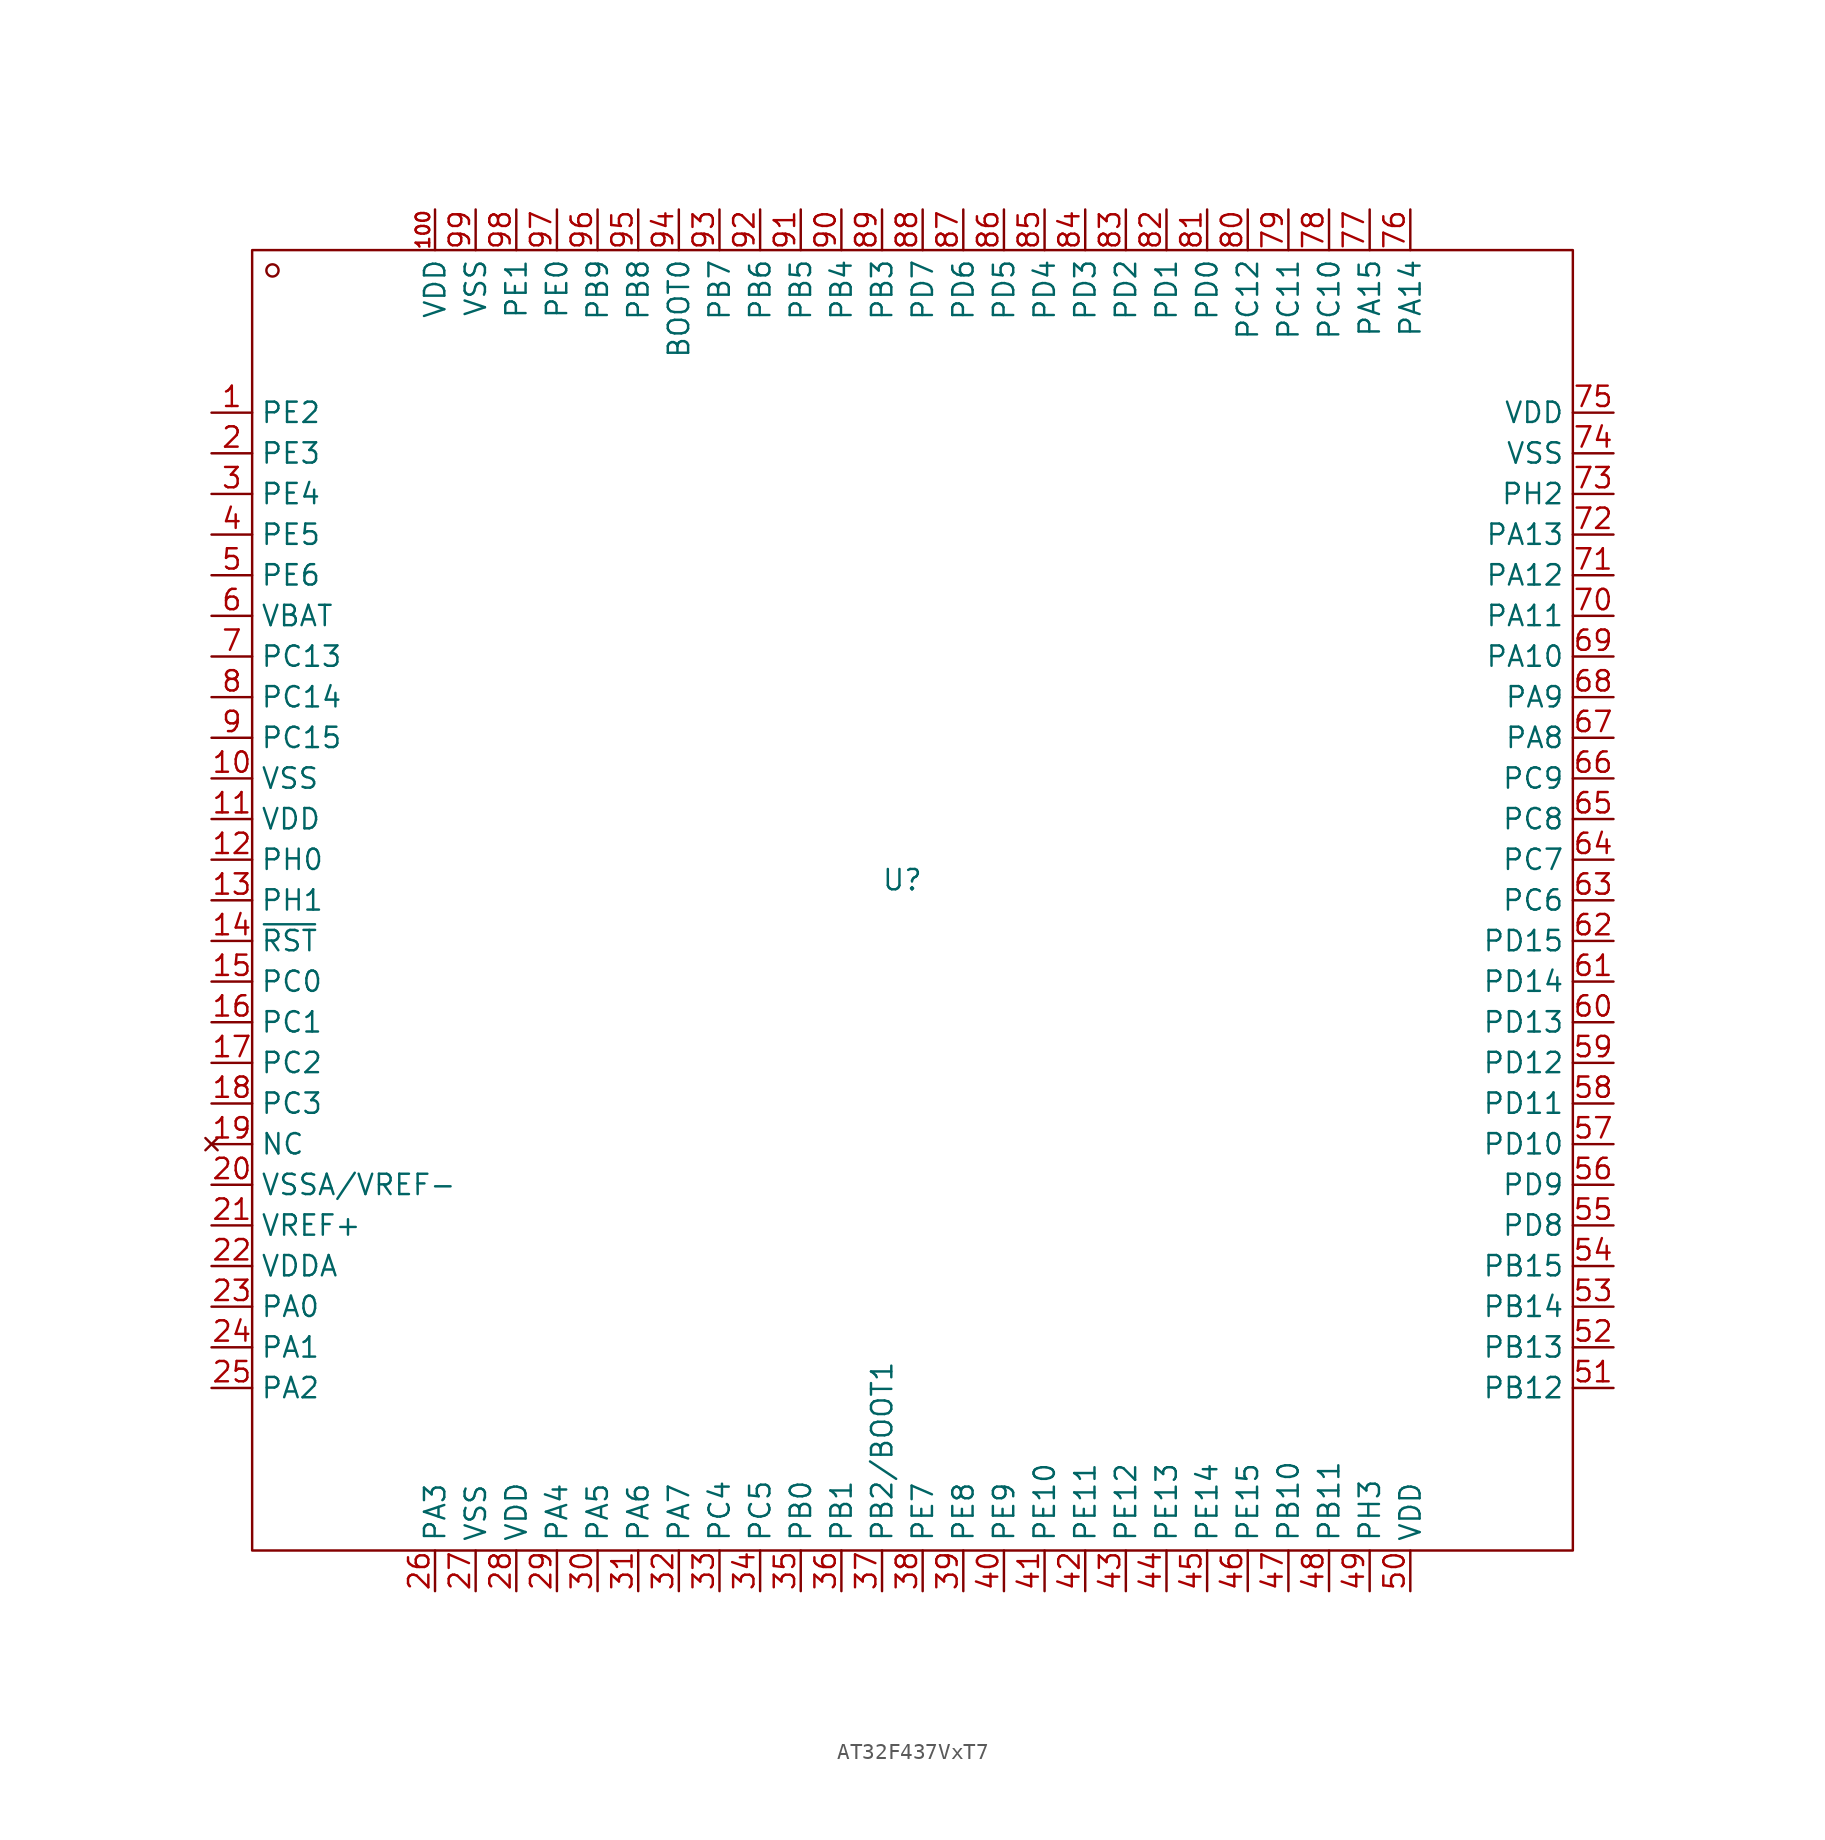
<source format=kicad_sym>
(kicad_symbol_lib
  (version 20231120)
  (generator "kicad_symbol_editor")
  (generator_version "8.0")
  (symbol "AT32F437VxT7"
    (property "Reference" "U"
      (at 0 0 0)
      (effects (font (size 1.27 1.27))))
    (property "Value" ""
      (at 0 0 0)
      (effects (font (size 1.27 1.27))))
    (symbol "AT32F437VxT7_1_0"
      (rectangle (start -40.64 39.37) (end 41.91 -41.91) (stroke (width 0) (type default)) (fill (type none)))
      (circle (center -39.37 38.1) (radius 0.381) (stroke (width 0) (type default)) (fill (type none)))
      (pin tri_state line (at -43.18 29.21 0) (length 2.54) (name "PE2" (effects (font (size 1.27 1.27)))) (number "1" (effects (font (size 1.27 1.27)))) (alternate "EMAC_MII_TXD3" output line) (alternate "EVENTOUT" output line) (alternate "I2S4_CK" output line) (alternate "QSPI1_IO2" bidirectional line) (alternate "SPI4_SCK" output line) (alternate "TMR20_CH1" bidirectional line) (alternate "TMR3_EXT" input line) (alternate "XMC_A23" output line) (alternate "XMC_SDNCAS" output line))
      (pin power_in line (at -43.18 6.35 0) (length 2.54) (name "VSS" (effects (font (size 1.27 1.27)))) (number "10" (effects (font (size 1.27 1.27)))))
      (pin power_in line (at -29.21 41.91 270) (length 2.54) (name "VDD" (effects (font (size 1.27 1.27)))) (number "100" (effects (font (size 0.847 0.847)))))
      (pin power_in line (at -43.18 3.81 0) (length 2.54) (name "VDD" (effects (font (size 1.27 1.27)))) (number "11" (effects (font (size 1.27 1.27)))))
      (pin tri_state line (at -43.18 1.27 0) (length 2.54) (name "PH0" (effects (font (size 1.27 1.27)))) (number "12" (effects (font (size 1.27 1.27)))) (alternate "EVENTOUT" output line) (alternate "HEXT_IN" passive line))
      (pin tri_state line (at -43.18 -1.27 0) (length 2.54) (name "PH1" (effects (font (size 1.27 1.27)))) (number "13" (effects (font (size 1.27 1.27)))) (alternate "EVENTOUT" output line) (alternate "HEXT_OUT" passive line))
      (pin input line (at -43.18 -3.81 0) (length 2.54) (name "~{RST}" (effects (font (size 1.27 1.27)))) (number "14" (effects (font (size 1.27 1.27)))))
      (pin tri_state line (at -43.18 -6.35 0) (length 2.54) (name "PC0" (effects (font (size 1.27 1.27)))) (number "15" (effects (font (size 1.27 1.27)))) (alternate "EVENTOUT" output line) (alternate "I2C3_SCL" output line) (alternate "SDIO2_D0" bidirectional line) (alternate "UART7_TX" output line) (alternate "XMC_SDNWE" output line))
      (pin tri_state line (at -43.18 -8.89 0) (length 2.54) (name "PC1" (effects (font (size 1.27 1.27)))) (number "16" (effects (font (size 1.27 1.27)))) (alternate "EMAC_MDC" output line) (alternate "EVENTOUT" output line) (alternate "I2C3_SDA" bidirectional line) (alternate "I2S2_SD" bidirectional line) (alternate "I2S3_SD" bidirectional line) (alternate "SDIO2_D1" bidirectional line) (alternate "SPI2_MOSI" output line) (alternate "SPI3_MOSI" output line) (alternate "UART7_RX" input line))
      (pin tri_state line (at -43.18 -11.43 0) (length 2.54) (name "PC2" (effects (font (size 1.27 1.27)))) (number "17" (effects (font (size 1.27 1.27)))) (alternate "EMAC_MII_TXD2" output line) (alternate "EVENTOUT" output line) (alternate "I2S2_SDEXT" output line) (alternate "SDIO2_D2" bidirectional line) (alternate "SPI2_MISO" input line) (alternate "TMR20_CH2" bidirectional line) (alternate "UART8_TX" output line) (alternate "XMC_NWE" output line) (alternate "XMC_SDCS0" output line))
      (pin tri_state line (at -43.18 -13.97 0) (length 2.54) (name "PC3" (effects (font (size 1.27 1.27)))) (number "18" (effects (font (size 1.27 1.27)))) (alternate "EMAC_MII_TX_C LK" output line) (alternate "EVENTOUT" output line) (alternate "I2S2_SD" output line) (alternate "QSPI2_IO1" bidirectional line) (alternate "SDIO2_D3" bidirectional line) (alternate "SPI2_MOSI" output line) (alternate "UART8_RX" input line) (alternate "XMC_A0" output line) (alternate "XMC_SDCKE0" output line))
      (pin no_connect line (at -43.18 -16.51 0) (length 2.54) (name "NC" (effects (font (size 1.27 1.27)))) (number "19" (effects (font (size 1.27 1.27)))))
      (pin tri_state line (at -43.18 26.67 0) (length 2.54) (name "PE3" (effects (font (size 1.27 1.27)))) (number "2" (effects (font (size 1.27 1.27)))) (alternate "DVP_D9" input line) (alternate "EVENTOUT" output line) (alternate "TMR20_CH2" bidirectional line) (alternate "TMR3_CH1" bidirectional line) (alternate "XMC_A19" output line))
      (pin power_in line (at -43.18 -19.05 0) (length 2.54) (name "VSSA/VREF-" (effects (font (size 1.27 1.27)))) (number "20" (effects (font (size 1.27 1.27)))))
      (pin power_in line (at -43.18 -21.59 0) (length 2.54) (name "VREF+" (effects (font (size 1.27 1.27)))) (number "21" (effects (font (size 1.27 1.27)))))
      (pin power_in line (at -43.18 -24.13 0) (length 2.54) (name "VDDA" (effects (font (size 1.27 1.27)))) (number "22" (effects (font (size 1.27 1.27)))))
      (pin tri_state line (at -43.18 -26.67 0) (length 2.54) (name "PA0" (effects (font (size 1.27 1.27)))) (number "23" (effects (font (size 1.27 1.27)))) (alternate "EMAC_MII_CRS" output line) (alternate "EVENTOUT" output line) (alternate "I2C2_SCL" output line) (alternate "TAMPER2_BPR" output line) (alternate "TMR2_CH1" bidirectional line) (alternate "TMR2_EXT" input line) (alternate "TMR5_CH1" bidirectional line) (alternate "TMR8_EXT" input line) (alternate "UART4_TX" output line) (alternate "USART2_CTS" output line) (alternate "WKUP1" input line))
      (pin tri_state line (at -43.18 -29.21 0) (length 2.54) (name "PA1" (effects (font (size 1.27 1.27)))) (number "24" (effects (font (size 1.27 1.27)))) (alternate "EMAC_MII_RX_CLK" output line) (alternate "EMAC_RMII_REF_CLK" output line) (alternate "EVENTOUT" output line) (alternate "I2C2_SDA" bidirectional line) (alternate "I2S4_SD" bidirectional line) (alternate "QSPI1_IO3" bidirectional line) (alternate "SPI4_MOSI" output line) (alternate "TMR2_CH2" bidirectional line) (alternate "TMR5_CH2" bidirectional line) (alternate "UART4_RX" input line) (alternate "USART2_RTS_DE" input line))
      (pin tri_state line (at -43.18 -31.75 0) (length 2.54) (name "PA2" (effects (font (size 1.27 1.27)))) (number "25" (effects (font (size 1.27 1.27)))) (alternate "EMAC_MDIO" bidirectional line) (alternate "EVENTOUT" output line) (alternate "SDIO2_CK" output line) (alternate "TMR2_CH3" bidirectional line) (alternate "TMR5_CH3" bidirectional line) (alternate "TMR9_CH1" bidirectional line) (alternate "USART2_TX" output line) (alternate "XMC_D4" bidirectional line))
      (pin tri_state line (at -29.21 -44.45 90) (length 2.54) (name "PA3" (effects (font (size 1.27 1.27)))) (number "26" (effects (font (size 1.27 1.27)))) (alternate "EMAC_MII_COL" output line) (alternate "EVENTOUT" output line) (alternate "I2S2_MCK" output line) (alternate "QSPI2_IO3" bidirectional line) (alternate "SDIO2_CMD" output line) (alternate "TMR2_CH4" bidirectional line) (alternate "TMR5_CH4" bidirectional line) (alternate "TMR9_CH2" bidirectional line) (alternate "USART2_RX" input line) (alternate "XMC_D5" bidirectional line))
      (pin power_in line (at -26.67 -44.45 90) (length 2.54) (name "VSS" (effects (font (size 1.27 1.27)))) (number "27" (effects (font (size 1.27 1.27)))))
      (pin power_in line (at -24.13 -44.45 90) (length 2.54) (name "VDD" (effects (font (size 1.27 1.27)))) (number "28" (effects (font (size 1.27 1.27)))))
      (pin tri_state line (at -21.59 -44.45 90) (length 2.54) (name "PA4" (effects (font (size 1.27 1.27)))) (number "29" (effects (font (size 1.27 1.27)))) (alternate "DAC1" output line) (alternate "DVP_HSYNC" input line) (alternate "I2S1_WS" output line) (alternate "I2S3_WS" output line) (alternate "OTG2_SOF" output line) (alternate "SDIO2_D0" bidirectional line) (alternate "SDIO2_D4" bidirectional line) (alternate "SPI1_CS" output line) (alternate "SPI3_CS" output line) (alternate "USART2_CK" output line) (alternate "USART6_TX" output line) (alternate "XMC_D6" bidirectional line))
      (pin tri_state line (at -43.18 24.13 0) (length 2.54) (name "PE4" (effects (font (size 1.27 1.27)))) (number "3" (effects (font (size 1.27 1.27)))) (alternate "CLK_OUT1" output line) (alternate "DVP_D4" input line) (alternate "EVENTOUT" output line) (alternate "I2S4_WS" output line) (alternate "SPI4_CS" output line) (alternate "TMR20_CH1C" output line) (alternate "TMR3_CH2" bidirectional line) (alternate "XMC_A20" output line))
      (pin tri_state line (at -19.05 -44.45 90) (length 2.54) (name "PA5" (effects (font (size 1.27 1.27)))) (number "30" (effects (font (size 1.27 1.27)))) (alternate "DAC2" output line) (alternate "EVENTOUT" output line) (alternate "I2S1_CK" output line) (alternate "QSPI2_IO2" bidirectional line) (alternate "SDIO2_D1" bidirectional line) (alternate "SDIO2_D5" bidirectional line) (alternate "SPI1_SCK" output line) (alternate "TMR2_CH1" bidirectional line) (alternate "TMR2_EXT" input line) (alternate "TMR8_CH1C" output line) (alternate "USART6_RX" input line) (alternate "XMC_D7" bidirectional line))
      (pin tri_state line (at -16.51 -44.45 90) (length 2.54) (name "PA6" (effects (font (size 1.27 1.27)))) (number "31" (effects (font (size 1.27 1.27)))) (alternate "DVP_PIXCLK" output line) (alternate "I2S2_MCK" output line) (alternate "QSPI1_IO0" bidirectional line) (alternate "SDIO1_C MD" output line) (alternate "SDIO2_D2" bidirectional line) (alternate "SDIO2_D6" bidirectional line) (alternate "SPI1_MISO" input line) (alternate "TMR13_CH1" bidirectional line) (alternate "TMR1_BRK" input line) (alternate "TMR3_CH1" bidirectional line) (alternate "TMR8_BRK" input line) (alternate "USART3_CTS" output line))
      (pin tri_state line (at -13.97 -44.45 90) (length 2.54) (name "PA7" (effects (font (size 1.27 1.27)))) (number "32" (effects (font (size 1.27 1.27)))) (alternate "EMAC_MII_RX_DV" input line) (alternate "EVENTOUT" output line) (alternate "I2S1_SD" bidirectional line) (alternate "QSPI1_IO1" bidirectional line) (alternate "SDIO2_D3" bidirectional line) (alternate "SDIO2_D7" bidirectional line) (alternate "SPI1_MOSI" output line) (alternate "TMR14_CH1" bidirectional line) (alternate "TMR1_CH1C" output line) (alternate "TMR3_CH2" bidirectional line) (alternate "TMR8_CH1C" output line) (alternate "XMC_SDNWE" output line))
      (pin tri_state line (at -11.43 -44.45 90) (length 2.54) (name "PC4" (effects (font (size 1.27 1.27)))) (number "33" (effects (font (size 1.27 1.27)))) (alternate "EMAC_MII_RXD0" input line) (alternate "EMAC_RMII_RXD0" input line) (alternate "EVENTOUT" output line) (alternate "I2S1_MCK" output line) (alternate "QSPI1_IO2" bidirectional line) (alternate "SDIO2_CK" output line) (alternate "TMR9_CH 1" bidirectional line) (alternate "USART3_TX" output line) (alternate "XMC_NE4" output line) (alternate "XMC_SDCS0" output line))
      (pin tri_state line (at -8.89 -44.45 90) (length 2.54) (name "PC5" (effects (font (size 1.27 1.27)))) (number "34" (effects (font (size 1.27 1.27)))) (alternate "EMAC_MII_RXD1" input line) (alternate "EMAC_RMII_RXD1" input line) (alternate "EVENTOUT" output line) (alternate "I2C1_SMBA" bidirectional line) (alternate "QSPI1_IO3" input line) (alternate "SDIO2_CMD" output line) (alternate "TMR9_CH2" bidirectional line) (alternate "USART3_RX" input line) (alternate "XMC_NOE" output line) (alternate "XMC_SDCKE0" output line))
      (pin tri_state line (at -6.35 -44.45 90) (length 2.54) (name "PB0" (effects (font (size 1.27 1.27)))) (number "35" (effects (font (size 1.27 1.27)))) (alternate "EMAC_MII_RXD2" input line) (alternate "EVENTOUT" output line) (alternate "I2S1_MCK" output line) (alternate "I2S3_SD" bidirectional line) (alternate "QSPI1_IO0" bidirectional line) (alternate "QSPI2_IO0" bidirectional line) (alternate "SDIO1_D1" bidirectional line) (alternate "SPI3_MOSI" output line) (alternate "TMR1_CH2C" output line) (alternate "TMR3_CH3" bidirectional line) (alternate "TMR8_CH2C" output line) (alternate "USART2_RX" input line) (alternate "USART3_CK" output line))
      (pin tri_state line (at -3.81 -44.45 90) (length 2.54) (name "PB1" (effects (font (size 1.27 1.27)))) (number "36" (effects (font (size 1.27 1.27)))) (alternate "EMAC_MII_RXD3" input line) (alternate "EVENTOUT" output line) (alternate "I2S2_CK" output line) (alternate "QSPI1_SCK" output line) (alternate "QSPI2_SCK" output line) (alternate "SDIO1_D2" bidirectional line) (alternate "SPI2_SCK" output line) (alternate "TMR1_CH3C" output line) (alternate "TMR3_CH4" bidirectional line) (alternate "TMR8_CH3C" output line) (alternate "USART3_RTS_DE" input line))
      (pin tri_state line (at -1.27 -44.45 90) (length 2.54) (name "PB2/BOOT1" (effects (font (size 1.27 1.27)))) (number "37" (effects (font (size 1.27 1.27)))) (alternate "EVENTOUT" output line) (alternate "I2C3_SMBA" bidirectional line) (alternate "I2S3_SD" bidirectional line) (alternate "QSPI1_SCK" output line) (alternate "SDIO1_CK" output line) (alternate "SPI3_MOSI" output line) (alternate "TMR20_CH1" bidirectional line) (alternate "TMR2_CH4" bidirectional line))
      (pin tri_state line (at 1.27 -44.45 90) (length 2.54) (name "PE7" (effects (font (size 1.27 1.27)))) (number "38" (effects (font (size 1.27 1.27)))) (alternate "EVENTOUT" output line) (alternate "QSPI2_IO0" bidirectional line) (alternate "TMR1_EXT" input line) (alternate "UART7_RX" input line) (alternate "XMC_D4" bidirectional line))
      (pin tri_state line (at 3.81 -44.45 90) (length 2.54) (name "PE8" (effects (font (size 1.27 1.27)))) (number "39" (effects (font (size 1.27 1.27)))) (alternate "EVENTOUT" output line) (alternate "QSPI2_IO1" bidirectional line) (alternate "TMR1_CH1C" output line) (alternate "UART4_TX" output line) (alternate "UART7_TX" output line) (alternate "XMC_D5" bidirectional line))
      (pin tri_state line (at -43.18 21.59 0) (length 2.54) (name "PE5" (effects (font (size 1.27 1.27)))) (number "4" (effects (font (size 1.27 1.27)))) (alternate "DVP_D6" input line) (alternate "EVENTOUT" output line) (alternate "SPI4_MISO" input line) (alternate "TMR20_CH2C" output line) (alternate "TMR3_CH3" bidirectional line) (alternate "TMR9_CH1" bidirectional line) (alternate "XMC_A21" output line))
      (pin tri_state line (at 6.35 -44.45 90) (length 2.54) (name "PE9" (effects (font (size 1.27 1.27)))) (number "40" (effects (font (size 1.27 1.27)))) (alternate "EVENTOUT" output line) (alternate "QSPI2_IO2" bidirectional line) (alternate "TMR1_CH1" bidirectional line) (alternate "UART4_RX" input line) (alternate "XMC_D6" bidirectional line))
      (pin tri_state line (at 8.89 -44.45 90) (length 2.54) (name "PE10" (effects (font (size 1.27 1.27)))) (number "41" (effects (font (size 1.27 1.27)))) (alternate "EVENTOUT" output line) (alternate "QSPI2_IO3" bidirectional line) (alternate "TMR1_CH2C" output line) (alternate "UART5_TX" output line) (alternate "XMC_D7" bidirectional line))
      (pin tri_state line (at 11.43 -44.45 90) (length 2.54) (name "PE11" (effects (font (size 1.27 1.27)))) (number "42" (effects (font (size 1.27 1.27)))) (alternate "EVENTOUT" output line) (alternate "I2S4_WS" output line) (alternate "SPI4_CS" output line) (alternate "TMR1_CH2" bidirectional line) (alternate "UART5_RX" input line) (alternate "XMC_D8" bidirectional line))
      (pin tri_state line (at 13.97 -44.45 90) (length 2.54) (name "PE12" (effects (font (size 1.27 1.27)))) (number "43" (effects (font (size 1.27 1.27)))) (alternate "EVENTOUT" output line) (alternate "I2S1_WS" output line) (alternate "I2S4_CK" output line) (alternate "SPI1_CS" output line) (alternate "SPI4_SCK" output line) (alternate "TMR1_CH3C" output line) (alternate "XMC_D9" bidirectional line))
      (pin tri_state line (at 16.51 -44.45 90) (length 2.54) (name "PE13" (effects (font (size 1.27 1.27)))) (number "44" (effects (font (size 1.27 1.27)))) (alternate "EVENTOUT" output line) (alternate "I2S1_CK" output line) (alternate "SPI1_SCK" output line) (alternate "SPI4_MISO" input line) (alternate "TMR1_CH3" bidirectional line) (alternate "XMC_D10" bidirectional line))
      (pin tri_state line (at 19.05 -44.45 90) (length 2.54) (name "PE14" (effects (font (size 1.27 1.27)))) (number "45" (effects (font (size 1.27 1.27)))) (alternate "EVENTOUT" output line) (alternate "I2S4_SD" bidirectional line) (alternate "SPI1_MISO" input line) (alternate "SPI4_MOSI" output line) (alternate "TMR1_CH4" bidirectional line) (alternate "XMC_D11" bidirectional line))
      (pin tri_state line (at 21.59 -44.45 90) (length 2.54) (name "PE15" (effects (font (size 1.27 1.27)))) (number "46" (effects (font (size 1.27 1.27)))) (alternate "EVENTOUT" output line) (alternate "I2S1_SD" bidirectional line) (alternate "SPI1_MOSI" output line) (alternate "TMR1_BRK" input line) (alternate "XMC_D12" bidirectional line))
      (pin tri_state line (at 24.13 -44.45 90) (length 2.54) (name "PB10" (effects (font (size 1.27 1.27)))) (number "47" (effects (font (size 1.27 1.27)))) (alternate "EMAC_MII_RX_ER" input line) (alternate "EVENTOUT" output line) (alternate "I2C2_SCL" output line) (alternate "I2S2_CK" output line) (alternate "I2S3_MCK" output line) (alternate "QSPI1_CS" output line) (alternate "QSPI1_IO1" bidirectional line) (alternate "SDIO1_D7" bidirectional line) (alternate "SPI2_SCK" output line) (alternate "TMR2_CH3" bidirectional line) (alternate "USART3_TX" output line) (alternate "XMC_NOE" output line))
      (pin tri_state line (at 26.67 -44.45 90) (length 2.54) (name "PB11" (effects (font (size 1.27 1.27)))) (number "48" (effects (font (size 1.27 1.27)))) (alternate "EMAC_MII_TX_EN" output line) (alternate "EMAC_RMII_TX_EN" output line) (alternate "EVENTOUT" output line) (alternate "I2C2_SDA" bidirectional line) (alternate "QSPI1_IO0" bidirectional line) (alternate "TMR2_CH4" bidirectional line) (alternate "TMR5_CH4" bidirectional line) (alternate "USART3_RX" input line))
      (pin tri_state line (at 29.21 -44.45 90) (length 2.54) (name "PH3" (effects (font (size 1.27 1.27)))) (number "49" (effects (font (size 1.27 1.27)))) (alternate "EVENTOUT" output line) (alternate "I2C2_SDA" bidirectional line) (alternate "QSPI1_IO1" bidirectional line) (alternate "TMR5_CH2" bidirectional line) (alternate "UART4_TX" output line))
      (pin tri_state line (at -43.18 19.05 0) (length 2.54) (name "PE6" (effects (font (size 1.27 1.27)))) (number "5" (effects (font (size 1.27 1.27)))) (alternate "DVP_D7" input line) (alternate "EVENTOUT" output line) (alternate "I2S4_SD" bidirectional line) (alternate "SPI4_MOSI" output line) (alternate "TMR20_CH3C" output line) (alternate "TMR3_CH4" bidirectional line) (alternate "TMR9_CH2" bidirectional line) (alternate "XMC_A22" output line) (alternate "XMC_SD_nRAS" output line))
      (pin power_in line (at 31.75 -44.45 90) (length 2.54) (name "VDD" (effects (font (size 1.27 1.27)))) (number "50" (effects (font (size 1.27 1.27)))))
      (pin tri_state line (at 44.45 -31.75 180) (length 2.54) (name "PB12" (effects (font (size 1.27 1.27)))) (number "51" (effects (font (size 1.27 1.27)))) (alternate "CAN2_RX" input line) (alternate "EMAC_MII_TXD0" output line) (alternate "EMAC_RMII_TXD0" output line) (alternate "EVENTOUT" output line) (alternate "I2C2_SMBA" bidirectional line) (alternate "I2S2_WS" output line) (alternate "I2S3_CK" output line) (alternate "I2S4_WS" output line) (alternate "OTG2_ID" input line) (alternate "SPI2_CS" output line) (alternate "SPI3_SCK" output line) (alternate "SPI4_CS" output line) (alternate "TMR1_BRK" input line) (alternate "TMR5_CH1" bidirectional line) (alternate "USART3_CK" output line) (alternate "XMC_D13" bidirectional line))
      (pin tri_state line (at 44.45 -29.21 180) (length 2.54) (name "PB13" (effects (font (size 1.27 1.27)))) (number "52" (effects (font (size 1.27 1.27)))) (alternate "CAN2_TX" output line) (alternate "EMAC_MII_TXD1" output line) (alternate "EMAC_RMII_TXD1" output line) (alternate "EVENTOUT" output line) (alternate "I2C3_SCL" output line) (alternate "I2C3_SMBA" bidirectional line) (alternate "I2S2_CK" output line) (alternate "I2S4_CK" output line) (alternate "OTG2_VBUS" input line) (alternate "SPI2_SCK" output line) (alternate "SPI4_SCK" output line) (alternate "TMR1_CH1C" output line) (alternate "USART3_CTS" output line))
      (pin tri_state line (at 44.45 -26.67 180) (length 2.54) (name "PB14" (effects (font (size 1.27 1.27)))) (number "53" (effects (font (size 1.27 1.27)))) (alternate "EVENTOUT" output line) (alternate "I2C3_SDA" bidirectional line) (alternate "I2S2_SD_EXT" input line) (alternate "OTG2_D-" bidirectional line) (alternate "SDIO1_D6" bidirectional line) (alternate "SPI2_MISO" input line) (alternate "TMR12_CH1" bidirectional line) (alternate "TMR1_CH2C" output line) (alternate "TMR8_CH2C" output line) (alternate "USART3_RTS_DE" input line) (alternate "XMC_D0" bidirectional line))
      (pin tri_state line (at 44.45 -24.13 180) (length 2.54) (name "PB15" (effects (font (size 1.27 1.27)))) (number "54" (effects (font (size 1.27 1.27)))) (alternate "ERTC_REFIN" input line) (alternate "EVENTOUT" output line) (alternate "I2C3_SCL" output line) (alternate "I2S2_SD" bidirectional line) (alternate "OTG2_D+" bidirectional line) (alternate "SDIO1_CK" output line) (alternate "SPI2_MOSI" output line) (alternate "TMR12_CH2" bidirectional line) (alternate "TMR1_CH3C" output line) (alternate "TMR8_CH3C" output line))
      (pin tri_state line (at 44.45 -21.59 180) (length 2.54) (name "PD8" (effects (font (size 1.27 1.27)))) (number "55" (effects (font (size 1.27 1.27)))) (alternate "EMAC_MII_RX_DV" input line) (alternate "EMAC_RMII_CRS_DV" input line) (alternate "EVENTOUT" output line) (alternate "USART3_TX" output line) (alternate "XMC_D13" bidirectional line))
      (pin tri_state line (at 44.45 -19.05 180) (length 2.54) (name "PD9" (effects (font (size 1.27 1.27)))) (number "56" (effects (font (size 1.27 1.27)))) (alternate "EMAC_MII_RXD0" input line) (alternate "EMAC_RMII_RXD0" input line) (alternate "EVENTOUT" output line) (alternate "USART3_RX" input line) (alternate "XMC_D14" bidirectional line))
      (pin tri_state line (at 44.45 -16.51 180) (length 2.54) (name "PD10" (effects (font (size 1.27 1.27)))) (number "57" (effects (font (size 1.27 1.27)))) (alternate "EMAC_MII_RXD1" input line) (alternate "EMAC_RMII_RXD1" input line) (alternate "EVENTOUT" output line) (alternate "USART3_CK" output line) (alternate "XMC_D15" bidirectional line))
      (pin tri_state line (at 44.45 -13.97 180) (length 2.54) (name "PD11" (effects (font (size 1.27 1.27)))) (number "58" (effects (font (size 1.27 1.27)))) (alternate "EMAC_MII_RXD2" input line) (alternate "EVENTOUT" output line) (alternate "I2C2_SMBA" bidirectional line) (alternate "QSPI1_IO0" bidirectional line) (alternate "USART3_CTS" output line) (alternate "XMC CLE" output line) (alternate "XMC_A14" output line) (alternate "XMC_A16" output line) (alternate "XMC_SDBA0" output line))
      (pin tri_state line (at 44.45 -11.43 180) (length 2.54) (name "PD12" (effects (font (size 1.27 1.27)))) (number "59" (effects (font (size 1.27 1.27)))) (alternate "EMAC_MII_RXD3" input line) (alternate "EVENTOUT" output line) (alternate "I2C2_SCL" output line) (alternate "QSPI1_IO1" bidirectional line) (alternate "TMR4_CH1" bidirectional line) (alternate "USART3_RTS_DE" input line) (alternate "XMC ALE" output line) (alternate "XMC_A15" output line) (alternate "XMC_A17" output line) (alternate "XMC_SDBA1" output line))
      (pin power_in line (at -43.18 16.51 0) (length 2.54) (name "VBAT" (effects (font (size 1.27 1.27)))) (number "6" (effects (font (size 1.27 1.27)))))
      (pin tri_state line (at 44.45 -8.89 180) (length 2.54) (name "PD13" (effects (font (size 1.27 1.27)))) (number "60" (effects (font (size 1.27 1.27)))) (alternate "EVENTOUT" output line) (alternate "I2C2_SDA" bidirectional line) (alternate "QSPI1_IO3" bidirectional line) (alternate "TMR4_CH2" bidirectional line) (alternate "UART8_TX" output line) (alternate "XMC_A18" output line) (alternate "XMC_SD_CLK" output line))
      (pin tri_state line (at 44.45 -6.35 180) (length 2.54) (name "PD14" (effects (font (size 1.27 1.27)))) (number "61" (effects (font (size 1.27 1.27)))) (alternate "EVENTOUT" output line) (alternate "I2C3_SCL" output line) (alternate "TMR4_CH3" bidirectional line) (alternate "UART8_RX" input line) (alternate "XMC_D0" bidirectional line))
      (pin tri_state line (at 44.45 -3.81 180) (length 2.54) (name "PD15" (effects (font (size 1.27 1.27)))) (number "62" (effects (font (size 1.27 1.27)))) (alternate "EVENTOUT" output line) (alternate "I2C3_SDA" bidirectional line) (alternate "TMR4_CH4" bidirectional line) (alternate "XMC_D1" bidirectional line))
      (pin tri_state line (at 44.45 -1.27 180) (length 2.54) (name "PC6" (effects (font (size 1.27 1.27)))) (number "63" (effects (font (size 1.27 1.27)))) (alternate "DVP_D0" input line) (alternate "I2C1_SCL" output line) (alternate "I2S2_MCK" output line) (alternate "SDIO1_D6" bidirectional line) (alternate "TMR3_CH1" bidirectional line) (alternate "TMR8_CH1" bidirectional line) (alternate "USART6_TX" output line) (alternate "XMC_A0" output line) (alternate "XMC_D1" bidirectional line))
      (pin tri_state line (at 44.45 1.27 180) (length 2.54) (name "PC7" (effects (font (size 1.27 1.27)))) (number "64" (effects (font (size 1.27 1.27)))) (alternate "DVP_D1" input line) (alternate "EVENTOUT" output line) (alternate "I2C1_SDA" bidirectional line) (alternate "I2S2_CK" output line) (alternate "I2S3_MCK" output line) (alternate "SDIO1_D7" output line) (alternate "SPI2_SCK" output line) (alternate "TMR3_CH2" bidirectional line) (alternate "TMR8_CH2" bidirectional line) (alternate "USART6_RX" input line) (alternate "XMC_A1" output line))
      (pin tri_state line (at 44.45 3.81 180) (length 2.54) (name "PC8" (effects (font (size 1.27 1.27)))) (number "65" (effects (font (size 1.27 1.27)))) (alternate "DVP_D2" input line) (alternate "EVENTOUT" output line) (alternate "I2S4_MCK" output line) (alternate "QSPI1_IO2" bidirectional line) (alternate "SDIO1_D0" bidirectional line) (alternate "TMR20_CH3" bidirectional line) (alternate "TMR3_CH3" bidirectional line) (alternate "TMR8_CH3" bidirectional line) (alternate "UART8_TX" output line) (alternate "USART6_CK" output line) (alternate "XMC_A2" output line))
      (pin tri_state line (at 44.45 6.35 180) (length 2.54) (name "PC9" (effects (font (size 1.27 1.27)))) (number "66" (effects (font (size 1.27 1.27)))) (alternate "CLKOUT2" output line) (alternate "DVP_D3" input line) (alternate "EVENTOUT" output line) (alternate "I2C3_SDA" bidirectional line) (alternate "OTG2_OE" output line) (alternate "QSPI1_IO0" bidirectional line) (alternate "SDIO1_D1" bidirectional line) (alternate "TMR3_CH4" bidirectional line) (alternate "TMR8_CH4" bidirectional line) (alternate "UART8_RX" input line) (alternate "XMC_A3" output line))
      (pin tri_state line (at 44.45 8.89 180) (length 2.54) (name "PA8" (effects (font (size 1.27 1.27)))) (number "67" (effects (font (size 1.27 1.27)))) (alternate "CLKOUT1" output line) (alternate "EVENTOUT" output line) (alternate "I2C3_SCL" output line) (alternate "OTG1_SOF" output line) (alternate "SDIO1_D 1" bidirectional line) (alternate "TMR1_CH1" bidirectional line) (alternate "USART1_CK" output line) (alternate "USART2_TX" output line) (alternate "XMC_A4" output line))
      (pin tri_state line (at 44.45 11.43 180) (length 2.54) (name "PA9" (effects (font (size 1.27 1.27)))) (number "68" (effects (font (size 1.27 1.27)))) (alternate "DVP_D0" input line) (alternate "EVENTOUT" output line) (alternate "I2C1_SCL" output line) (alternate "I2C3_SMBA" bidirectional line) (alternate "I2S2_CK" output line) (alternate "OTG1_VBU S" input line) (alternate "SDIO1_D 2" bidirectional line) (alternate "SPI2_SCK" output line) (alternate "TMR1_CH2" bidirectional line) (alternate "USART1_TX" output line))
      (pin tri_state line (at 44.45 13.97 180) (length 2.54) (name "PA10" (effects (font (size 1.27 1.27)))) (number "69" (effects (font (size 1.27 1.27)))) (alternate "DVP_D1" input line) (alternate "EVENTOUT" output line) (alternate "I2C1_SDA" bidirectional line) (alternate "I2S2_SD" output line) (alternate "I2S4_MCK" output line) (alternate "OTG1_ID" input line) (alternate "SPI2_MOSI" output line) (alternate "TMR1_CH3" bidirectional line) (alternate "USART1_RX" input line))
      (pin tri_state line (at -43.18 13.97 0) (length 2.54) (name "PC13" (effects (font (size 1.27 1.27)))) (number "7" (effects (font (size 1.27 1.27)))) (alternate "EVENTOUT" output line) (alternate "RTC" tri_state line) (alternate "WKUP2" input line))
      (pin tri_state line (at 44.45 16.51 180) (length 2.54) (name "PA11" (effects (font (size 1.27 1.27)))) (number "70" (effects (font (size 1.27 1.27)))) (alternate "CAN1_RX" input line) (alternate "DVP_D2" input line) (alternate "EVENTOUT" output line) (alternate "I2C2_SCL" output line) (alternate "I2S2_WS" output line) (alternate "OTG1_D-" bidirectional line) (alternate "SPI2_CS" output line) (alternate "SPI4_MISO" input line) (alternate "TMR1_CH4" bidirectional line) (alternate "USART1_CTS" output line) (alternate "USART6_TX" output line))
      (pin tri_state line (at 44.45 19.05 180) (length 2.54) (name "PA12" (effects (font (size 1.27 1.27)))) (number "71" (effects (font (size 1.27 1.27)))) (alternate "CAN1_TX" output line) (alternate "DVP_D3" input line) (alternate "EVENTOUT" output line) (alternate "I2C2_SDA" bidirectional line) (alternate "OTG1_D+" bidirectional line) (alternate "SPI2_MISO" input line) (alternate "TMR1_EXT" input line) (alternate "USART1_RTS_DE" input line) (alternate "USART6_RX" input line))
      (pin tri_state line (at 44.45 21.59 180) (length 2.54) (name "PA13" (effects (font (size 1.27 1.27)))) (number "72" (effects (font (size 1.27 1.27)))) (alternate "EVENTOUT" output line) (alternate "IR_OUT" output line) (alternate "JTMS" bidirectional line) (alternate "OTG1_OE" output line) (alternate "SPI3_MISO" input line) (alternate "SWDIO" bidirectional line))
      (pin tri_state line (at 44.45 24.13 180) (length 2.54) (name "PH2" (effects (font (size 1.27 1.27)))) (number "73" (effects (font (size 1.27 1.27)))) (alternate "EVENTOUT" output line) (alternate "I2C2_SCL" output line) (alternate "QSPI1_IO0" bidirectional line) (alternate "TMR5_CH1" bidirectional line) (alternate "UART4_RX" input line))
      (pin power_in line (at 44.45 26.67 180) (length 2.54) (name "VSS" (effects (font (size 1.27 1.27)))) (number "74" (effects (font (size 1.27 1.27)))))
      (pin power_in line (at 44.45 29.21 180) (length 2.54) (name "VDD" (effects (font (size 1.27 1.27)))) (number "75" (effects (font (size 1.27 1.27)))))
      (pin tri_state line (at 31.75 41.91 270) (length 2.54) (name "PA14" (effects (font (size 1.27 1.27)))) (number "76" (effects (font (size 1.27 1.27)))) (alternate "EVENTOUT" output line) (alternate "I2S3_SD" bidirectional line) (alternate "JTCK" output line) (alternate "SPI3_MOSI" output line) (alternate "SWCLK" output line) (alternate "USART2_TX" output line))
      (pin tri_state line (at 29.21 41.91 270) (length 2.54) (name "PA15" (effects (font (size 1.27 1.27)))) (number "77" (effects (font (size 1.27 1.27)))) (alternate "EVENTOUT" output line) (alternate "I2S1_WS" output line) (alternate "I2S3_WS" output line) (alternate "JTDI" input line) (alternate "QSPI1_IO2" bidirectional line) (alternate "QSPI2_IO1" bidirectional line) (alternate "SPI1_CS" output line) (alternate "SPI3_CS" output line) (alternate "TMR2_CH1" bidirectional line) (alternate "TMR2_EXT" input line) (alternate "USART1_TX" output line) (alternate "USART2_RX" input line) (alternate "XMC_NE2" output line) (alternate "XMC_nCE3" output line))
      (pin tri_state line (at 26.67 41.91 270) (length 2.54) (name "PC10" (effects (font (size 1.27 1.27)))) (number "78" (effects (font (size 1.27 1.27)))) (alternate "DVP_D8" input line) (alternate "EVENTOUT" output line) (alternate "I2S3_CK" output line) (alternate "QSPI1_IO1" bidirectional line) (alternate "SDIO1_D2" bidirectional line) (alternate "SPI3_SCK" output line) (alternate "TMR5_CH2" bidirectional line) (alternate "UART4_TX" output line) (alternate "USART3_TX" output line))
      (pin tri_state line (at 24.13 41.91 270) (length 2.54) (name "PC11" (effects (font (size 1.27 1.27)))) (number "79" (effects (font (size 1.27 1.27)))) (alternate "DVP_D4" input line) (alternate "EVENTOUT" output line) (alternate "I2S3_SD_EXT" output line) (alternate "QSPI1_CS" output line) (alternate "SDIO1_D3" bidirectional line) (alternate "SPI3_MISO" input line) (alternate "TMR5_CH3" bidirectional line) (alternate "UART4_RX" input line) (alternate "USART3_RX" input line) (alternate "XMC_D2" bidirectional line))
      (pin tri_state line (at -43.18 11.43 0) (length 2.54) (name "PC14" (effects (font (size 1.27 1.27)))) (number "8" (effects (font (size 1.27 1.27)))) (alternate "EVENTOUT" output line) (alternate "LEXT_IN" passive line))
      (pin tri_state line (at 21.59 41.91 270) (length 2.54) (name "PC12" (effects (font (size 1.27 1.27)))) (number "80" (effects (font (size 1.27 1.27)))) (alternate "DVP_D9" input line) (alternate "EVENTOUT" output line) (alternate "I2C2_SDA" bidirectional line) (alternate "I2S3_SD" bidirectional line) (alternate "SDIO1_CK" output line) (alternate "SPI3_MOSI" output line) (alternate "TMR11_CH1" bidirectional line) (alternate "UART5_TX" output line) (alternate "USART3_CK" output line) (alternate "XMC_D3" bidirectional line))
      (pin tri_state line (at 19.05 41.91 270) (length 2.54) (name "PD0" (effects (font (size 1.27 1.27)))) (number "81" (effects (font (size 1.27 1.27)))) (alternate "CAN1_RX" output line) (alternate "EVENTOUT" output line) (alternate "I2S2_WS" output line) (alternate "I2S3_SD" bidirectional line) (alternate "SPI2_CS" output line) (alternate "SPI3_MOSI" output line) (alternate "SPI4_MISO" input line) (alternate "XMC_A5" output line) (alternate "XMC_D2" bidirectional line))
      (pin tri_state line (at 16.51 41.91 270) (length 2.54) (name "PD1" (effects (font (size 1.27 1.27)))) (number "82" (effects (font (size 1.27 1.27)))) (alternate "CAN1_TX" output line) (alternate "EVENTOUT" output line) (alternate "I2S2_CK" output line) (alternate "I2S2_WS" output line) (alternate "SPI2_CS" output line) (alternate "SPI2_SCK" output line) (alternate "XMC_A6" output line) (alternate "XMC_D3" bidirectional line))
      (pin tri_state line (at 13.97 41.91 270) (length 2.54) (name "PD2" (effects (font (size 1.27 1.27)))) (number "83" (effects (font (size 1.27 1.27)))) (alternate "DVP_D11" input line) (alternate "EVENTOUT" output line) (alternate "SDIO1_CMD" output line) (alternate "TMR3_EXT" input line) (alternate "UART5_RX" input line) (alternate "USART3_RTS_DE" input line) (alternate "XMC_A7" output line) (alternate "XMC_NWE" output line))
      (pin tri_state line (at 11.43 41.91 270) (length 2.54) (name "PD3" (effects (font (size 1.27 1.27)))) (number "84" (effects (font (size 1.27 1.27)))) (alternate "DVP_D5" input line) (alternate "EVENTOUT" output line) (alternate "I2S2_CK" output line) (alternate "QSPI1_SCK" output line) (alternate "SPI2_MISO" input line) (alternate "SPI2_SCK" output line) (alternate "USART2_CTS" output line) (alternate "XMC_A8" output line) (alternate "XMC_CLK" output line))
      (pin tri_state line (at 8.89 41.91 270) (length 2.54) (name "PD4" (effects (font (size 1.27 1.27)))) (number "85" (effects (font (size 1.27 1.27)))) (alternate "EVENTOUT" output line) (alternate "I2S2_SD" bidirectional line) (alternate "SPI2_MOSI" output line) (alternate "USART2_RTS_DE" input line) (alternate "XMC_A9" output line) (alternate "XMC_NOE" output line))
      (pin tri_state line (at 6.35 41.91 270) (length 2.54) (name "PD5" (effects (font (size 1.27 1.27)))) (number "86" (effects (font (size 1.27 1.27)))) (alternate "EVENTOUT" output line) (alternate "USART2_TX" output line) (alternate "XMC_A10" output line) (alternate "XMC_NWE" output line))
      (pin tri_state line (at 3.81 41.91 270) (length 2.54) (name "PD6" (effects (font (size 1.27 1.27)))) (number "87" (effects (font (size 1.27 1.27)))) (alternate "DVP_D10" input line) (alternate "EVENTOUT" output line) (alternate "I2S3_SD" bidirectional line) (alternate "SPI3_MOSI" output line) (alternate "USART2_RX" input line) (alternate "XMC_A11" output line) (alternate "XMC_NWAIT" input line))
      (pin tri_state line (at 1.27 41.91 270) (length 2.54) (name "PD7" (effects (font (size 1.27 1.27)))) (number "88" (effects (font (size 1.27 1.27)))) (alternate "EVENTOUT" output line) (alternate "USART2_CK" output line) (alternate "XMC_A12" output line) (alternate "XMC_NCE2" output line) (alternate "XMC_NE1" output line))
      (pin tri_state line (at -1.27 41.91 270) (length 2.54) (name "PB3" (effects (font (size 1.27 1.27)))) (number "89" (effects (font (size 1.27 1.27)))) (alternate "DVP_D4" input line) (alternate "EVENTOUT" output line) (alternate "I2C2_SDA" bidirectional line) (alternate "I2S1_CK" output line) (alternate "I2S3_CK" output line) (alternate "JTDO" output line) (alternate "QSPI1_IO3" bidirectional line) (alternate "SPI1_SCK" output line) (alternate "SPI3_SCK" output line) (alternate "SWO" output line) (alternate "TMR2_CH2" bidirectional line) (alternate "UART7_RX" input line) (alternate "USART1_RX" input line))
      (pin tri_state line (at -43.18 8.89 0) (length 2.54) (name "PC15" (effects (font (size 1.27 1.27)))) (number "9" (effects (font (size 1.27 1.27)))) (alternate "EVENTOUT" output line) (alternate "LEXT_OUT" output line))
      (pin tri_state line (at -3.81 41.91 270) (length 2.54) (name "PB4" (effects (font (size 1.27 1.27)))) (number "90" (effects (font (size 1.27 1.27)))) (alternate "DVP_D5" input line) (alternate "EVENTOUT" output line) (alternate "I2C3_SDA" bidirectional line) (alternate "I2S3_SD_EXT" input line) (alternate "JNTRST" output line) (alternate "SDIO1_D0" bidirectional line) (alternate "SPI1_MISO" input line) (alternate "SPI3_MISO" input line) (alternate "TMR3_CH1" bidirectional line) (alternate "UART7_TX" output line))
      (pin tri_state line (at -6.35 41.91 270) (length 2.54) (name "PB5" (effects (font (size 1.27 1.27)))) (number "91" (effects (font (size 1.27 1.27)))) (alternate "CAN2_RX" input line) (alternate "DVP_D10" input line) (alternate "EMAC_PPS_OUT" output line) (alternate "EVENTOUT" output line) (alternate "I2C1_SMBA" bidirectional line) (alternate "I2S1_SD" bidirectional line) (alternate "I2S3_SD" bidirectional line) (alternate "SDIO1_D3" bidirectional line) (alternate "SPI1_MOSI" output line) (alternate "SPI3_MOSI" output line) (alternate "TMR3_CH2" bidirectional line) (alternate "UART5_RX" input line) (alternate "USART1_CK" output line) (alternate "XMC_SDCKE1" output line))
      (pin tri_state line (at -8.89 41.91 270) (length 2.54) (name "PB6" (effects (font (size 1.27 1.27)))) (number "92" (effects (font (size 1.27 1.27)))) (alternate "CAN2_TX" output line) (alternate "DVP_D5" input line) (alternate "EVENTOUT" output line) (alternate "I2C1_SCL" output line) (alternate "I2S1_MCK" output line) (alternate "I2S4_WS" output line) (alternate "QSPI1_CS" output line) (alternate "SDIO1_D0" bidirectional line) (alternate "SPI4_CS" output line) (alternate "TMR4_CH1" bidirectional line) (alternate "UART5_TX" output line) (alternate "USART1_TX" output line) (alternate "XMC_SD_CS1" output line))
      (pin tri_state line (at -11.43 41.91 270) (length 2.54) (name "PB7" (effects (font (size 1.27 1.27)))) (number "93" (effects (font (size 1.27 1.27)))) (alternate "DVP_VSYNC" input line) (alternate "EVENTOUT" output line) (alternate "I2C1_SDA" bidirectional line) (alternate "I2S4_CK" output line) (alternate "QSPI2_IO1" bidirectional line) (alternate "SDIO1_D0" bidirectional line) (alternate "SPI4_SCK" output line) (alternate "TMR4_CH2" bidirectional line) (alternate "TMR8_BRK" input line) (alternate "USART1_RX" input line) (alternate "XMC_nADV" input line))
      (pin input line (at -13.97 41.91 270) (length 2.54) (name "BOOT0" (effects (font (size 1.27 1.27)))) (number "94" (effects (font (size 1.27 1.27)))))
      (pin tri_state line (at -16.51 41.91 270) (length 2.54) (name "PB8" (effects (font (size 1.27 1.27)))) (number "95" (effects (font (size 1.27 1.27)))) (alternate "CAN1_RX" input line) (alternate "DVP_D6" input line) (alternate "EMAC_MII_TXD3" output line) (alternate "EVENTOUT" output line) (alternate "I2C1_SCL" output line) (alternate "QSPI2_CS" output line) (alternate "SDIO1_D4" bidirectional line) (alternate "SPI4_MISO" input line) (alternate "TMR10_CH1" bidirectional line) (alternate "TMR2_CH1" bidirectional line) (alternate "TMR2_EXT" input line) (alternate "TMR4_CH3" bidirectional line) (alternate "UART5_RX" input line))
      (pin tri_state line (at -19.05 41.91 270) (length 2.54) (name "PB9" (effects (font (size 1.27 1.27)))) (number "96" (effects (font (size 1.27 1.27)))) (alternate "CAN1_TX" output line) (alternate "DVP_D7" input line) (alternate "EVENTOUT" output line) (alternate "I2C1_SDA" bidirectional line) (alternate "I2C2_SDA" bidirectional line) (alternate "I2S2_WS" output line) (alternate "I2S4_SD" bidirectional line) (alternate "IR_OUT" output line) (alternate "QSPI1_CS" output line) (alternate "SDIO1_D5" bidirectional line) (alternate "SPI2_CS" output line) (alternate "SPI4_MOSI" output line) (alternate "TMR11_CH1" bidirectional line) (alternate "TMR2_CH2" bidirectional line) (alternate "TMR4_CH4" bidirectional line) (alternate "UART5_TX" output line))
      (pin tri_state line (at -21.59 41.91 270) (length 2.54) (name "PE0" (effects (font (size 1.27 1.27)))) (number "97" (effects (font (size 1.27 1.27)))) (alternate "DVP_D2" input line) (alternate "EVENTOUT" output line) (alternate "TMR20_EXT" input line) (alternate "TMR4_EXT" input line) (alternate "UART8_RX" input line) (alternate "XMC_LB/XM C_SDDQML" input line))
      (pin tri_state line (at -24.13 41.91 270) (length 2.54) (name "PE1" (effects (font (size 1.27 1.27)))) (number "98" (effects (font (size 1.27 1.27)))) (alternate "DVP_D3" input line) (alternate "EVENTOUT" output line) (alternate "TMR1_CH2C" output line) (alternate "TMR20_CH4" bidirectional line) (alternate "UART8_TX" output line) (alternate "XMC_UB/X MC_SDDQMH" input line))
      (pin power_in line (at -26.67 41.91 270) (length 2.54) (name "VSS" (effects (font (size 1.27 1.27)))) (number "99" (effects (font (size 1.27 1.27))))))))
</source>
